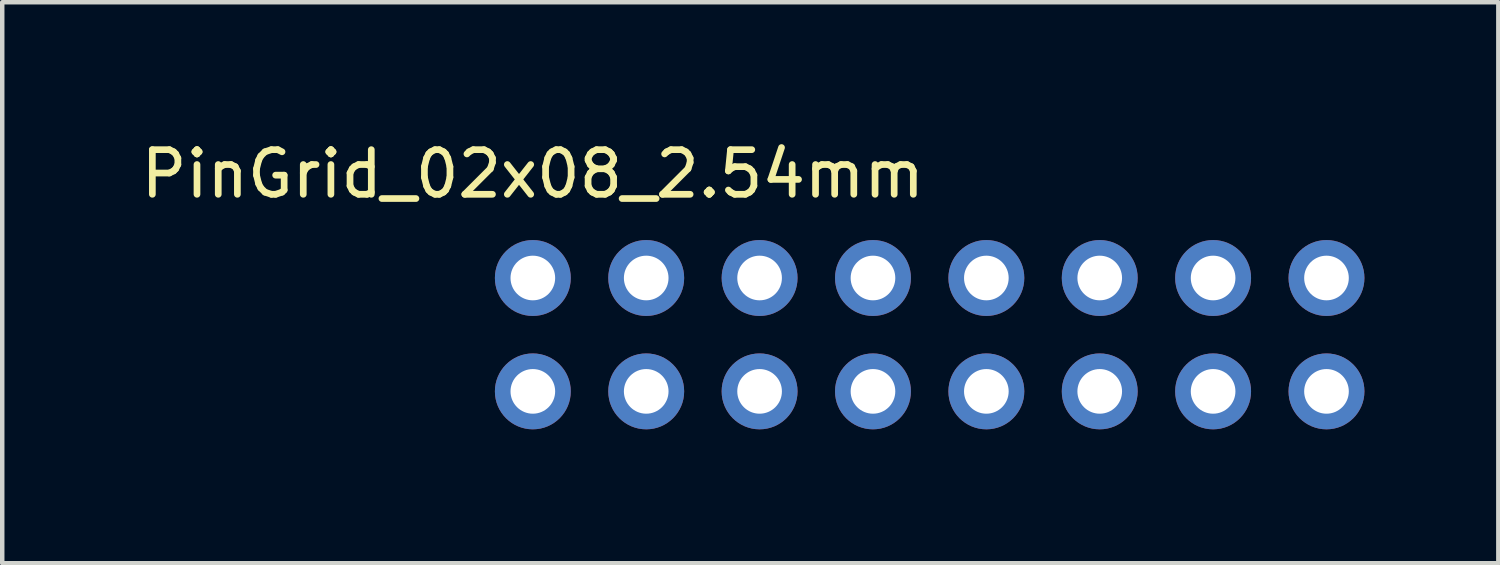
<source format=kicad_pcb>
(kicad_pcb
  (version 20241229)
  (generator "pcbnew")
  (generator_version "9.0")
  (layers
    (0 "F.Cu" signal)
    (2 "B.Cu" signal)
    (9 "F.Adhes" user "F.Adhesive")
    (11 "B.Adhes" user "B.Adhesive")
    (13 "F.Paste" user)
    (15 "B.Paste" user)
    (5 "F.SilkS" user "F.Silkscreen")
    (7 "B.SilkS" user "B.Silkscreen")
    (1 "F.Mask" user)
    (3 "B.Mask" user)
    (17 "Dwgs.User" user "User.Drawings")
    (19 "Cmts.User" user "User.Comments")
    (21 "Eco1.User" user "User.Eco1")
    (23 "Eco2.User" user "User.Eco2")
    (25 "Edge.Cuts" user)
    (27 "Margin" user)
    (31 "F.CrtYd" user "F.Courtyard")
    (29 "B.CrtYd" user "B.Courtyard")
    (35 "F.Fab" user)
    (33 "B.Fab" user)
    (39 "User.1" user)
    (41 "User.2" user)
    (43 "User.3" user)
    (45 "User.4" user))
  (footprint "PinGrid_02x08_2.54mm"
    (layer "F.Cu")
    (at 8.887 3.178)
    (property "Reference" "PinGrid_02x08_2.54mm" (at 0 -2.33 0) (layer "F.SilkS") (effects (font (size 1 1) (thickness 0.15))))
    (attr through_hole)
    (pad "1" thru_hole circle (at 0 0) (size 1.7 1.7) (drill 1) (layers "*.Cu" "*.Mask"))
    (pad "2" thru_hole circle (at 2.54 0) (size 1.7 1.7) (drill 1) (layers "*.Cu" "*.Mask"))
    (pad "3" thru_hole circle (at 5.08 0) (size 1.7 1.7) (drill 1) (layers "*.Cu" "*.Mask"))
    (pad "4" thru_hole circle (at 7.62 0) (size 1.7 1.7) (drill 1) (layers "*.Cu" "*.Mask"))
    (pad "5" thru_hole circle (at 10.16 0) (size 1.7 1.7) (drill 1) (layers "*.Cu" "*.Mask"))
    (pad "6" thru_hole circle (at 12.7 0) (size 1.7 1.7) (drill 1) (layers "*.Cu" "*.Mask"))
    (pad "7" thru_hole circle (at 15.24 0) (size 1.7 1.7) (drill 1) (layers "*.Cu" "*.Mask"))
    (pad "8" thru_hole circle (at 17.78 0) (size 1.7 1.7) (drill 1) (layers "*.Cu" "*.Mask"))
    (pad "9" thru_hole circle (at 0 2.54) (size 1.7 1.7) (drill 1) (layers "*.Cu" "*.Mask"))
    (pad "10" thru_hole circle (at 2.54 2.54) (size 1.7 1.7) (drill 1) (layers "*.Cu" "*.Mask"))
    (pad "11" thru_hole circle (at 5.08 2.54) (size 1.7 1.7) (drill 1) (layers "*.Cu" "*.Mask"))
    (pad "12" thru_hole circle (at 7.62 2.54) (size 1.7 1.7) (drill 1) (layers "*.Cu" "*.Mask"))
    (pad "13" thru_hole circle (at 10.16 2.54) (size 1.7 1.7) (drill 1) (layers "*.Cu" "*.Mask"))
    (pad "14" thru_hole circle (at 12.7 2.54) (size 1.7 1.7) (drill 1) (layers "*.Cu" "*.Mask"))
    (pad "15" thru_hole circle (at 15.24 2.54) (size 1.7 1.7) (drill 1) (layers "*.Cu" "*.Mask"))
    (pad "16" thru_hole circle (at 17.78 2.54) (size 1.7 1.7) (drill 1) (layers "*.Cu" "*.Mask")))
  (gr_rect
    (start -3 -3)
    (end 30.517 9.568)
    (stroke (width 0.1) (type default))
    (fill no)
    (layer "Edge.Cuts")))
</source>
